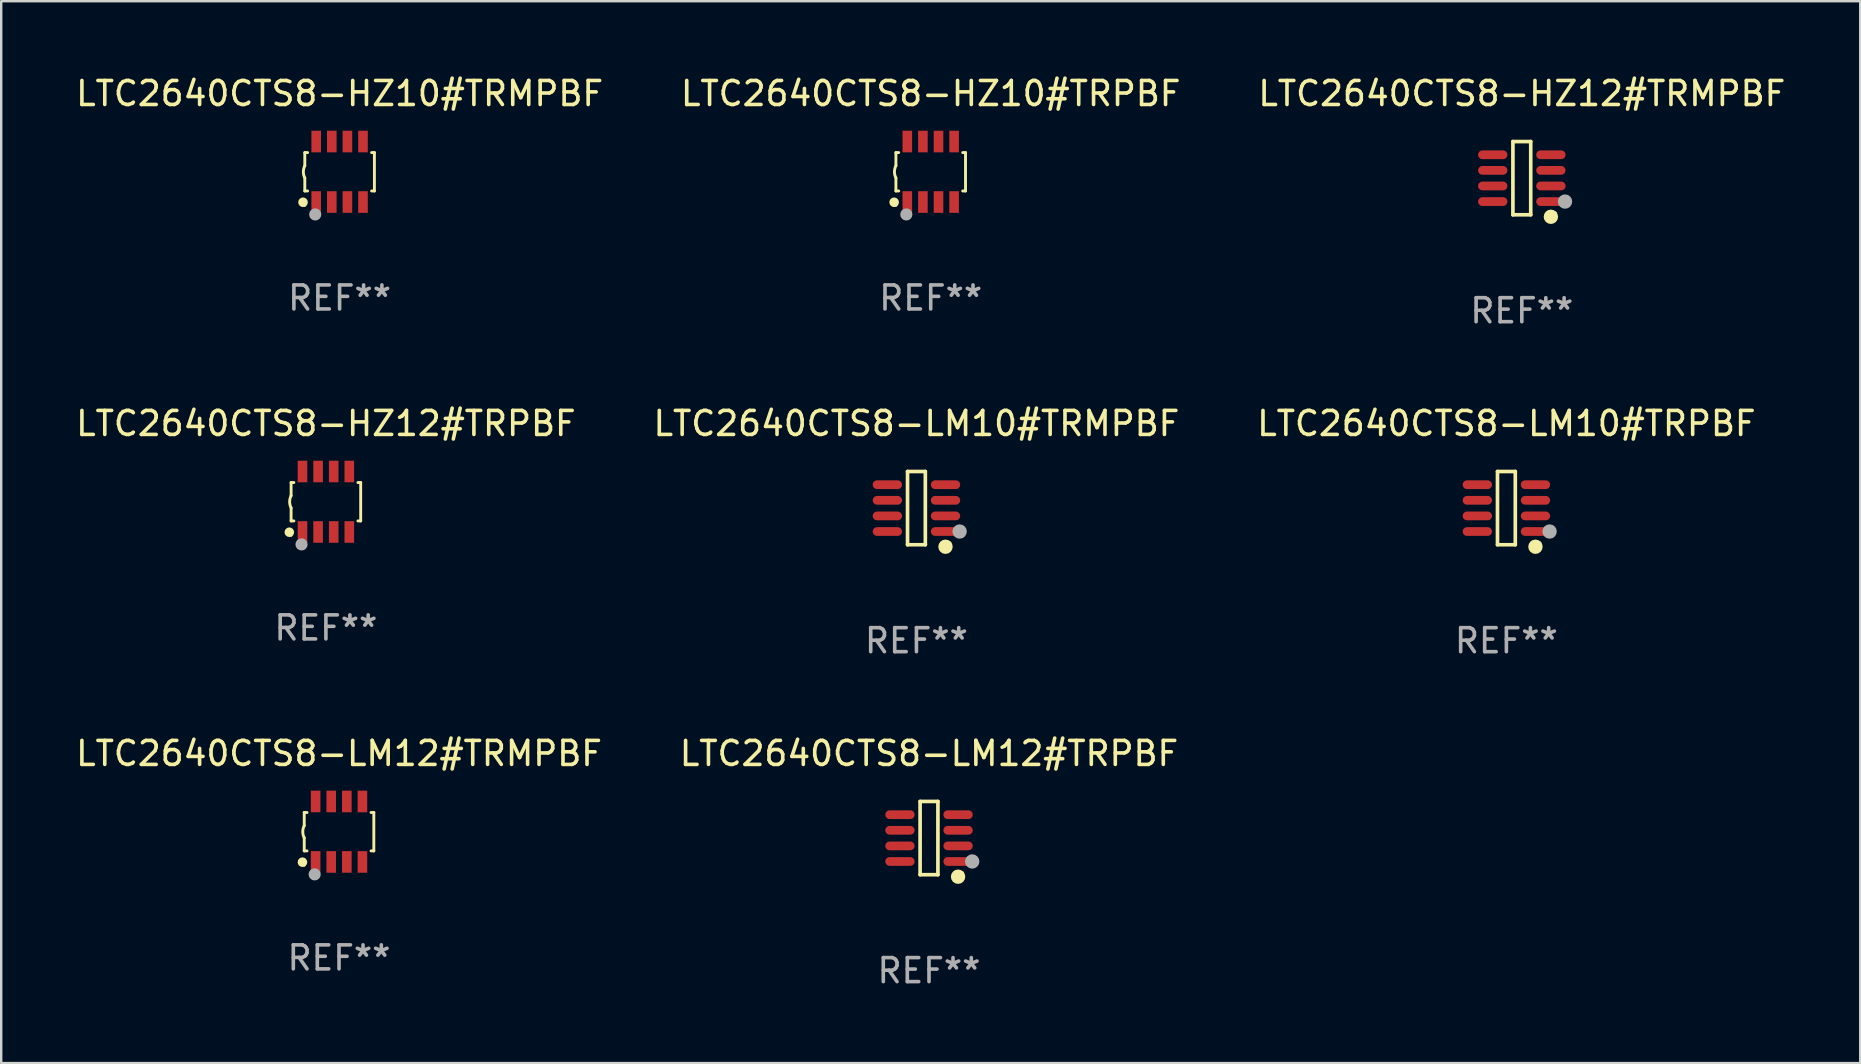
<source format=kicad_pcb>
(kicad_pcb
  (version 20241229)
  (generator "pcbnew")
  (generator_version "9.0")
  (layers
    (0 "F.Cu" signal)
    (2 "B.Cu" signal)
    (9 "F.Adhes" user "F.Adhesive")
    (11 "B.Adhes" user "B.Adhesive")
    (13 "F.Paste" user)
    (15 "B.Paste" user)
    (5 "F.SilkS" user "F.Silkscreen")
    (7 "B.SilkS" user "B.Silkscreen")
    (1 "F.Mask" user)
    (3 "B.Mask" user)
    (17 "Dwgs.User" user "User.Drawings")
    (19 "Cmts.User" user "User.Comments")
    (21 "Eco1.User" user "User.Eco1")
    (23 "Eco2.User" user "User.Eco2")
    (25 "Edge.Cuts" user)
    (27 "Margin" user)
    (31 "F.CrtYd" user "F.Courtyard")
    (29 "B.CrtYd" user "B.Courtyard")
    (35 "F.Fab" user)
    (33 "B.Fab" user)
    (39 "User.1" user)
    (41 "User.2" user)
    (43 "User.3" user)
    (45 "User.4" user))
  (footprint "LTC2640CTS8-LM10#TRMPBF"
    (layer "F.Cu")
    (at 35.137 18.123)
    (property "Reference" "LTC2640CTS8-LM10#TRMPBF" (at 0 -3.526 0) (layer "F.SilkS") (effects (font (size 1 1) (thickness 0.15))))
    (attr through_hole)
    (fp_line (start -0.371 -1.526) (end 0.371 -1.526) (stroke (width 0.152) (type solid)) (layer "F.SilkS"))
    (fp_line (start -0.371 1.526) (end -0.371 -1.526) (stroke (width 0.152) (type solid)) (layer "F.SilkS"))
    (fp_line (start 0.371 -1.526) (end 0.371 1.526) (stroke (width 0.152) (type solid)) (layer "F.SilkS"))
    (fp_line (start 0.371 1.526) (end -0.371 1.526) (stroke (width 0.152) (type solid)) (layer "F.SilkS"))
    (fp_circle (center 1.211 1.609) (end 1.361 1.609) (stroke (width 0.3) (type solid)) (fill no) (layer "F.SilkS"))
    (fp_circle (center 1.4 1.45) (end 1.43 1.45) (stroke (width 0.06) (type solid)) (fill no) (layer "F.SilkS"))
    (fp_circle (center 1.8 0.975) (end 1.95 0.975) (stroke (width 0.3) (type solid)) (fill no) (layer "F.Fab"))
    (fp_text user "REF**" (at 0 5.526 0) (layer "F.Fab") (effects (font (size 1 1) (thickness 0.15))))
    (pad "1" smd oval (at 1.211 0.975) (size 1.222 0.364) (layers "F.Cu" "F.Mask" "F.Paste"))
    (pad "2" smd oval (at 1.211 0.325) (size 1.222 0.364) (layers "F.Cu" "F.Mask" "F.Paste"))
    (pad "3" smd oval (at 1.211 -0.325) (size 1.222 0.364) (layers "F.Cu" "F.Mask" "F.Paste"))
    (pad "4" smd oval (at 1.211 -0.975) (size 1.222 0.364) (layers "F.Cu" "F.Mask" "F.Paste"))
    (pad "5" smd oval (at -1.211 -0.975) (size 1.222 0.364) (layers "F.Cu" "F.Mask" "F.Paste"))
    (pad "6" smd oval (at -1.211 -0.325) (size 1.222 0.364) (layers "F.Cu" "F.Mask" "F.Paste"))
    (pad "7" smd oval (at -1.211 0.325) (size 1.222 0.364) (layers "F.Cu" "F.Mask" "F.Paste"))
    (pad "8" smd oval (at -1.211 0.975) (size 1.222 0.364) (layers "F.Cu" "F.Mask" "F.Paste")))
  (footprint "LTC2640CTS8-LM10#TRPBF"
    (layer "F.Cu")
    (at 59.72 18.123)
    (property "Reference" "LTC2640CTS8-LM10#TRPBF" (at 0 -3.526 0) (layer "F.SilkS") (effects (font (size 1 1) (thickness 0.15))))
    (attr through_hole)
    (fp_line (start -0.371 -1.526) (end 0.371 -1.526) (stroke (width 0.152) (type solid)) (layer "F.SilkS"))
    (fp_line (start -0.371 1.526) (end -0.371 -1.526) (stroke (width 0.152) (type solid)) (layer "F.SilkS"))
    (fp_line (start 0.371 -1.526) (end 0.371 1.526) (stroke (width 0.152) (type solid)) (layer "F.SilkS"))
    (fp_line (start 0.371 1.526) (end -0.371 1.526) (stroke (width 0.152) (type solid)) (layer "F.SilkS"))
    (fp_circle (center 1.211 1.609) (end 1.361 1.609) (stroke (width 0.3) (type solid)) (fill no) (layer "F.SilkS"))
    (fp_circle (center 1.4 1.45) (end 1.43 1.45) (stroke (width 0.06) (type solid)) (fill no) (layer "F.SilkS"))
    (fp_circle (center 1.8 0.975) (end 1.95 0.975) (stroke (width 0.3) (type solid)) (fill no) (layer "F.Fab"))
    (fp_text user "REF**" (at 0 5.526 0) (layer "F.Fab") (effects (font (size 1 1) (thickness 0.15))))
    (pad "1" smd oval (at 1.211 0.975) (size 1.222 0.364) (layers "F.Cu" "F.Mask" "F.Paste"))
    (pad "2" smd oval (at 1.211 0.325) (size 1.222 0.364) (layers "F.Cu" "F.Mask" "F.Paste"))
    (pad "3" smd oval (at 1.211 -0.325) (size 1.222 0.364) (layers "F.Cu" "F.Mask" "F.Paste"))
    (pad "4" smd oval (at 1.211 -0.975) (size 1.222 0.364) (layers "F.Cu" "F.Mask" "F.Paste"))
    (pad "5" smd oval (at -1.211 -0.975) (size 1.222 0.364) (layers "F.Cu" "F.Mask" "F.Paste"))
    (pad "6" smd oval (at -1.211 -0.325) (size 1.222 0.364) (layers "F.Cu" "F.Mask" "F.Paste"))
    (pad "7" smd oval (at -1.211 0.325) (size 1.222 0.364) (layers "F.Cu" "F.Mask" "F.Paste"))
    (pad "8" smd oval (at -1.211 0.975) (size 1.222 0.364) (layers "F.Cu" "F.Mask" "F.Paste")))
  (footprint "LTC2640CTS8-HZ12#TRMPBF"
    (layer "F.Cu")
    (at 60.363 4.374)
    (property "Reference" "LTC2640CTS8-HZ12#TRMPBF" (at 0 -3.526 0) (layer "F.SilkS") (effects (font (size 1 1) (thickness 0.15))))
    (attr through_hole)
    (fp_line (start -0.371 -1.526) (end 0.371 -1.526) (stroke (width 0.152) (type solid)) (layer "F.SilkS"))
    (fp_line (start -0.371 1.526) (end -0.371 -1.526) (stroke (width 0.152) (type solid)) (layer "F.SilkS"))
    (fp_line (start 0.371 -1.526) (end 0.371 1.526) (stroke (width 0.152) (type solid)) (layer "F.SilkS"))
    (fp_line (start 0.371 1.526) (end -0.371 1.526) (stroke (width 0.152) (type solid)) (layer "F.SilkS"))
    (fp_circle (center 1.211 1.609) (end 1.361 1.609) (stroke (width 0.3) (type solid)) (fill no) (layer "F.SilkS"))
    (fp_circle (center 1.4 1.45) (end 1.43 1.45) (stroke (width 0.06) (type solid)) (fill no) (layer "F.SilkS"))
    (fp_circle (center 1.8 0.975) (end 1.95 0.975) (stroke (width 0.3) (type solid)) (fill no) (layer "F.Fab"))
    (fp_text user "REF**" (at 0 5.526 0) (layer "F.Fab") (effects (font (size 1 1) (thickness 0.15))))
    (pad "1" smd oval (at 1.211 0.975) (size 1.222 0.364) (layers "F.Cu" "F.Mask" "F.Paste"))
    (pad "2" smd oval (at 1.211 0.325) (size 1.222 0.364) (layers "F.Cu" "F.Mask" "F.Paste"))
    (pad "3" smd oval (at 1.211 -0.325) (size 1.222 0.364) (layers "F.Cu" "F.Mask" "F.Paste"))
    (pad "4" smd oval (at 1.211 -0.975) (size 1.222 0.364) (layers "F.Cu" "F.Mask" "F.Paste"))
    (pad "5" smd oval (at -1.211 -0.975) (size 1.222 0.364) (layers "F.Cu" "F.Mask" "F.Paste"))
    (pad "6" smd oval (at -1.211 -0.325) (size 1.222 0.364) (layers "F.Cu" "F.Mask" "F.Paste"))
    (pad "7" smd oval (at -1.211 0.325) (size 1.222 0.364) (layers "F.Cu" "F.Mask" "F.Paste"))
    (pad "8" smd oval (at -1.211 0.975) (size 1.222 0.364) (layers "F.Cu" "F.Mask" "F.Paste")))
  (footprint "LTC2640CTS8-LM12#TRMPBF"
    (layer "F.Cu")
    (at 11.077 31.606)
    (property "Reference" "LTC2640CTS8-LM12#TRMPBF" (at 0 -3.26 0) (layer "F.SilkS") (effects (font (size 1 1) (thickness 0.15))))
    (attr through_hole)
    (fp_line (start -1.45 -0.8) (end -1.45 -0.254) (stroke (width 0.12) (type solid)) (layer "F.SilkS"))
    (fp_line (start -1.45 -0.8) (end -1.334 -0.8) (stroke (width 0.12) (type solid)) (layer "F.SilkS"))
    (fp_line (start -1.45 0.8) (end -1.45 0.254) (stroke (width 0.12) (type solid)) (layer "F.SilkS"))
    (fp_line (start -1.45 0.8) (end -1.334 0.8) (stroke (width 0.12) (type solid)) (layer "F.SilkS"))
    (fp_line (start 1.334 -0.8) (end 1.45 -0.8) (stroke (width 0.12) (type solid)) (layer "F.SilkS"))
    (fp_line (start 1.334 0.8) (end 1.45 0.8) (stroke (width 0.12) (type solid)) (layer "F.SilkS"))
    (fp_line (start 1.45 0.8) (end 1.45 -0.8) (stroke (width 0.12) (type solid)) (layer "F.SilkS"))
    (fp_arc (start -1.45075 0.255144) (mid -1.510605 0.000434) (end -1.450013 -0.254102) (stroke (width 0.11999) (type solid)) (layer "F.SilkS"))
    (fp_circle (center -1.524 1.27) (end -1.424 1.27) (stroke (width 0.2) (type solid)) (fill no) (layer "F.SilkS"))
    (fp_circle (center -1.45 1.4) (end -1.42 1.4) (stroke (width 0.06) (type solid)) (fill no) (layer "F.SilkS"))
    (fp_circle (center -1.016 1.778) (end -0.889 1.778) (stroke (width 0.254) (type solid)) (fill no) (layer "F.Fab"))
    (fp_text user "REF**" (at 0 5.26 0) (layer "F.Fab") (effects (font (size 1 1) (thickness 0.15))))
    (pad "1" smd rect (at -0.975 1.26) (size 0.4 0.9) (layers "F.Cu" "F.Mask" "F.Paste"))
    (pad "2" smd rect (at -0.325 1.26) (size 0.4 0.9) (layers "F.Cu" "F.Mask" "F.Paste"))
    (pad "3" smd rect (at 0.325 1.26) (size 0.4 0.9) (layers "F.Cu" "F.Mask" "F.Paste"))
    (pad "4" smd rect (at 0.975 1.26) (size 0.4 0.9) (layers "F.Cu" "F.Mask" "F.Paste"))
    (pad "5" smd rect (at 0.975 -1.26) (size 0.4 0.9) (layers "F.Cu" "F.Mask" "F.Paste"))
    (pad "6" smd rect (at 0.325 -1.26) (size 0.4 0.9) (layers "F.Cu" "F.Mask" "F.Paste"))
    (pad "7" smd rect (at -0.325 -1.26) (size 0.4 0.9) (layers "F.Cu" "F.Mask" "F.Paste"))
    (pad "8" smd rect (at -0.975 -1.26) (size 0.4 0.9) (layers "F.Cu" "F.Mask" "F.Paste")))
  (footprint "LTC2640CTS8-HZ10#TRMPBF"
    (layer "F.Cu")
    (at 11.101 4.108)
    (property "Reference" "LTC2640CTS8-HZ10#TRMPBF" (at 0 -3.26 0) (layer "F.SilkS") (effects (font (size 1 1) (thickness 0.15))))
    (attr through_hole)
    (fp_line (start -1.45 -0.8) (end -1.45 -0.254) (stroke (width 0.12) (type solid)) (layer "F.SilkS"))
    (fp_line (start -1.45 -0.8) (end -1.334 -0.8) (stroke (width 0.12) (type solid)) (layer "F.SilkS"))
    (fp_line (start -1.45 0.8) (end -1.45 0.254) (stroke (width 0.12) (type solid)) (layer "F.SilkS"))
    (fp_line (start -1.45 0.8) (end -1.334 0.8) (stroke (width 0.12) (type solid)) (layer "F.SilkS"))
    (fp_line (start 1.334 -0.8) (end 1.45 -0.8) (stroke (width 0.12) (type solid)) (layer "F.SilkS"))
    (fp_line (start 1.334 0.8) (end 1.45 0.8) (stroke (width 0.12) (type solid)) (layer "F.SilkS"))
    (fp_line (start 1.45 0.8) (end 1.45 -0.8) (stroke (width 0.12) (type solid)) (layer "F.SilkS"))
    (fp_arc (start -1.45075 0.255144) (mid -1.510605 0.000434) (end -1.450013 -0.254102) (stroke (width 0.11999) (type solid)) (layer "F.SilkS"))
    (fp_circle (center -1.524 1.27) (end -1.424 1.27) (stroke (width 0.2) (type solid)) (fill no) (layer "F.SilkS"))
    (fp_circle (center -1.45 1.4) (end -1.42 1.4) (stroke (width 0.06) (type solid)) (fill no) (layer "F.SilkS"))
    (fp_circle (center -1.016 1.778) (end -0.889 1.778) (stroke (width 0.254) (type solid)) (fill no) (layer "F.Fab"))
    (fp_text user "REF**" (at 0 5.26 0) (layer "F.Fab") (effects (font (size 1 1) (thickness 0.15))))
    (pad "1" smd rect (at -0.975 1.26) (size 0.4 0.9) (layers "F.Cu" "F.Mask" "F.Paste"))
    (pad "2" smd rect (at -0.325 1.26) (size 0.4 0.9) (layers "F.Cu" "F.Mask" "F.Paste"))
    (pad "3" smd rect (at 0.325 1.26) (size 0.4 0.9) (layers "F.Cu" "F.Mask" "F.Paste"))
    (pad "4" smd rect (at 0.975 1.26) (size 0.4 0.9) (layers "F.Cu" "F.Mask" "F.Paste"))
    (pad "5" smd rect (at 0.975 -1.26) (size 0.4 0.9) (layers "F.Cu" "F.Mask" "F.Paste"))
    (pad "6" smd rect (at 0.325 -1.26) (size 0.4 0.9) (layers "F.Cu" "F.Mask" "F.Paste"))
    (pad "7" smd rect (at -0.325 -1.26) (size 0.4 0.9) (layers "F.Cu" "F.Mask" "F.Paste"))
    (pad "8" smd rect (at -0.975 -1.26) (size 0.4 0.9) (layers "F.Cu" "F.Mask" "F.Paste")))
  (footprint "LTC2640CTS8-LM12#TRPBF"
    (layer "F.Cu")
    (at 35.661 31.872)
    (property "Reference" "LTC2640CTS8-LM12#TRPBF" (at 0 -3.526 0) (layer "F.SilkS") (effects (font (size 1 1) (thickness 0.15))))
    (attr through_hole)
    (fp_line (start -0.371 -1.526) (end 0.371 -1.526) (stroke (width 0.152) (type solid)) (layer "F.SilkS"))
    (fp_line (start -0.371 1.526) (end -0.371 -1.526) (stroke (width 0.152) (type solid)) (layer "F.SilkS"))
    (fp_line (start 0.371 -1.526) (end 0.371 1.526) (stroke (width 0.152) (type solid)) (layer "F.SilkS"))
    (fp_line (start 0.371 1.526) (end -0.371 1.526) (stroke (width 0.152) (type solid)) (layer "F.SilkS"))
    (fp_circle (center 1.211 1.609) (end 1.361 1.609) (stroke (width 0.3) (type solid)) (fill no) (layer "F.SilkS"))
    (fp_circle (center 1.4 1.45) (end 1.43 1.45) (stroke (width 0.06) (type solid)) (fill no) (layer "F.SilkS"))
    (fp_circle (center 1.8 0.975) (end 1.95 0.975) (stroke (width 0.3) (type solid)) (fill no) (layer "F.Fab"))
    (fp_text user "REF**" (at 0 5.526 0) (layer "F.Fab") (effects (font (size 1 1) (thickness 0.15))))
    (pad "1" smd oval (at 1.211 0.975) (size 1.222 0.364) (layers "F.Cu" "F.Mask" "F.Paste"))
    (pad "2" smd oval (at 1.211 0.325) (size 1.222 0.364) (layers "F.Cu" "F.Mask" "F.Paste"))
    (pad "3" smd oval (at 1.211 -0.325) (size 1.222 0.364) (layers "F.Cu" "F.Mask" "F.Paste"))
    (pad "4" smd oval (at 1.211 -0.975) (size 1.222 0.364) (layers "F.Cu" "F.Mask" "F.Paste"))
    (pad "5" smd oval (at -1.211 -0.975) (size 1.222 0.364) (layers "F.Cu" "F.Mask" "F.Paste"))
    (pad "6" smd oval (at -1.211 -0.325) (size 1.222 0.364) (layers "F.Cu" "F.Mask" "F.Paste"))
    (pad "7" smd oval (at -1.211 0.325) (size 1.222 0.364) (layers "F.Cu" "F.Mask" "F.Paste"))
    (pad "8" smd oval (at -1.211 0.975) (size 1.222 0.364) (layers "F.Cu" "F.Mask" "F.Paste")))
  (footprint "LTC2640CTS8-HZ12#TRPBF"
    (layer "F.Cu")
    (at 10.53 17.857)
    (property "Reference" "LTC2640CTS8-HZ12#TRPBF" (at 0 -3.26 0) (layer "F.SilkS") (effects (font (size 1 1) (thickness 0.15))))
    (attr through_hole)
    (fp_line (start -1.45 -0.8) (end -1.45 -0.254) (stroke (width 0.12) (type solid)) (layer "F.SilkS"))
    (fp_line (start -1.45 -0.8) (end -1.334 -0.8) (stroke (width 0.12) (type solid)) (layer "F.SilkS"))
    (fp_line (start -1.45 0.8) (end -1.45 0.254) (stroke (width 0.12) (type solid)) (layer "F.SilkS"))
    (fp_line (start -1.45 0.8) (end -1.334 0.8) (stroke (width 0.12) (type solid)) (layer "F.SilkS"))
    (fp_line (start 1.334 -0.8) (end 1.45 -0.8) (stroke (width 0.12) (type solid)) (layer "F.SilkS"))
    (fp_line (start 1.334 0.8) (end 1.45 0.8) (stroke (width 0.12) (type solid)) (layer "F.SilkS"))
    (fp_line (start 1.45 0.8) (end 1.45 -0.8) (stroke (width 0.12) (type solid)) (layer "F.SilkS"))
    (fp_arc (start -1.45075 0.255144) (mid -1.510605 0.000434) (end -1.450013 -0.254102) (stroke (width 0.11999) (type solid)) (layer "F.SilkS"))
    (fp_circle (center -1.524 1.27) (end -1.424 1.27) (stroke (width 0.2) (type solid)) (fill no) (layer "F.SilkS"))
    (fp_circle (center -1.45 1.4) (end -1.42 1.4) (stroke (width 0.06) (type solid)) (fill no) (layer "F.SilkS"))
    (fp_circle (center -1.016 1.778) (end -0.889 1.778) (stroke (width 0.254) (type solid)) (fill no) (layer "F.Fab"))
    (fp_text user "REF**" (at 0 5.26 0) (layer "F.Fab") (effects (font (size 1 1) (thickness 0.15))))
    (pad "1" smd rect (at -0.975 1.26) (size 0.4 0.9) (layers "F.Cu" "F.Mask" "F.Paste"))
    (pad "2" smd rect (at -0.325 1.26) (size 0.4 0.9) (layers "F.Cu" "F.Mask" "F.Paste"))
    (pad "3" smd rect (at 0.325 1.26) (size 0.4 0.9) (layers "F.Cu" "F.Mask" "F.Paste"))
    (pad "4" smd rect (at 0.975 1.26) (size 0.4 0.9) (layers "F.Cu" "F.Mask" "F.Paste"))
    (pad "5" smd rect (at 0.975 -1.26) (size 0.4 0.9) (layers "F.Cu" "F.Mask" "F.Paste"))
    (pad "6" smd rect (at 0.325 -1.26) (size 0.4 0.9) (layers "F.Cu" "F.Mask" "F.Paste"))
    (pad "7" smd rect (at -0.325 -1.26) (size 0.4 0.9) (layers "F.Cu" "F.Mask" "F.Paste"))
    (pad "8" smd rect (at -0.975 -1.26) (size 0.4 0.9) (layers "F.Cu" "F.Mask" "F.Paste")))
  (footprint "LTC2640CTS8-HZ10#TRPBF"
    (layer "F.Cu")
    (at 35.732 4.108)
    (property "Reference" "LTC2640CTS8-HZ10#TRPBF" (at 0 -3.26 0) (layer "F.SilkS") (effects (font (size 1 1) (thickness 0.15))))
    (attr through_hole)
    (fp_line (start -1.45 -0.8) (end -1.45 -0.254) (stroke (width 0.12) (type solid)) (layer "F.SilkS"))
    (fp_line (start -1.45 -0.8) (end -1.334 -0.8) (stroke (width 0.12) (type solid)) (layer "F.SilkS"))
    (fp_line (start -1.45 0.8) (end -1.45 0.254) (stroke (width 0.12) (type solid)) (layer "F.SilkS"))
    (fp_line (start -1.45 0.8) (end -1.334 0.8) (stroke (width 0.12) (type solid)) (layer "F.SilkS"))
    (fp_line (start 1.334 -0.8) (end 1.45 -0.8) (stroke (width 0.12) (type solid)) (layer "F.SilkS"))
    (fp_line (start 1.334 0.8) (end 1.45 0.8) (stroke (width 0.12) (type solid)) (layer "F.SilkS"))
    (fp_line (start 1.45 0.8) (end 1.45 -0.8) (stroke (width 0.12) (type solid)) (layer "F.SilkS"))
    (fp_arc (start -1.45075 0.255144) (mid -1.510605 0.000434) (end -1.450013 -0.254102) (stroke (width 0.11999) (type solid)) (layer "F.SilkS"))
    (fp_circle (center -1.524 1.27) (end -1.424 1.27) (stroke (width 0.2) (type solid)) (fill no) (layer "F.SilkS"))
    (fp_circle (center -1.45 1.4) (end -1.42 1.4) (stroke (width 0.06) (type solid)) (fill no) (layer "F.SilkS"))
    (fp_circle (center -1.016 1.778) (end -0.889 1.778) (stroke (width 0.254) (type solid)) (fill no) (layer "F.Fab"))
    (fp_text user "REF**" (at 0 5.26 0) (layer "F.Fab") (effects (font (size 1 1) (thickness 0.15))))
    (pad "1" smd rect (at -0.975 1.26) (size 0.4 0.9) (layers "F.Cu" "F.Mask" "F.Paste"))
    (pad "2" smd rect (at -0.325 1.26) (size 0.4 0.9) (layers "F.Cu" "F.Mask" "F.Paste"))
    (pad "3" smd rect (at 0.325 1.26) (size 0.4 0.9) (layers "F.Cu" "F.Mask" "F.Paste"))
    (pad "4" smd rect (at 0.975 1.26) (size 0.4 0.9) (layers "F.Cu" "F.Mask" "F.Paste"))
    (pad "5" smd rect (at 0.975 -1.26) (size 0.4 0.9) (layers "F.Cu" "F.Mask" "F.Paste"))
    (pad "6" smd rect (at 0.325 -1.26) (size 0.4 0.9) (layers "F.Cu" "F.Mask" "F.Paste"))
    (pad "7" smd rect (at -0.325 -1.26) (size 0.4 0.9) (layers "F.Cu" "F.Mask" "F.Paste"))
    (pad "8" smd rect (at -0.975 -1.26) (size 0.4 0.9) (layers "F.Cu" "F.Mask" "F.Paste")))
  (gr_rect
    (start -3 -3)
    (end 74.464 41.247)
    (stroke (width 0.1) (type default))
    (fill no)
    (layer "Edge.Cuts")))
</source>
